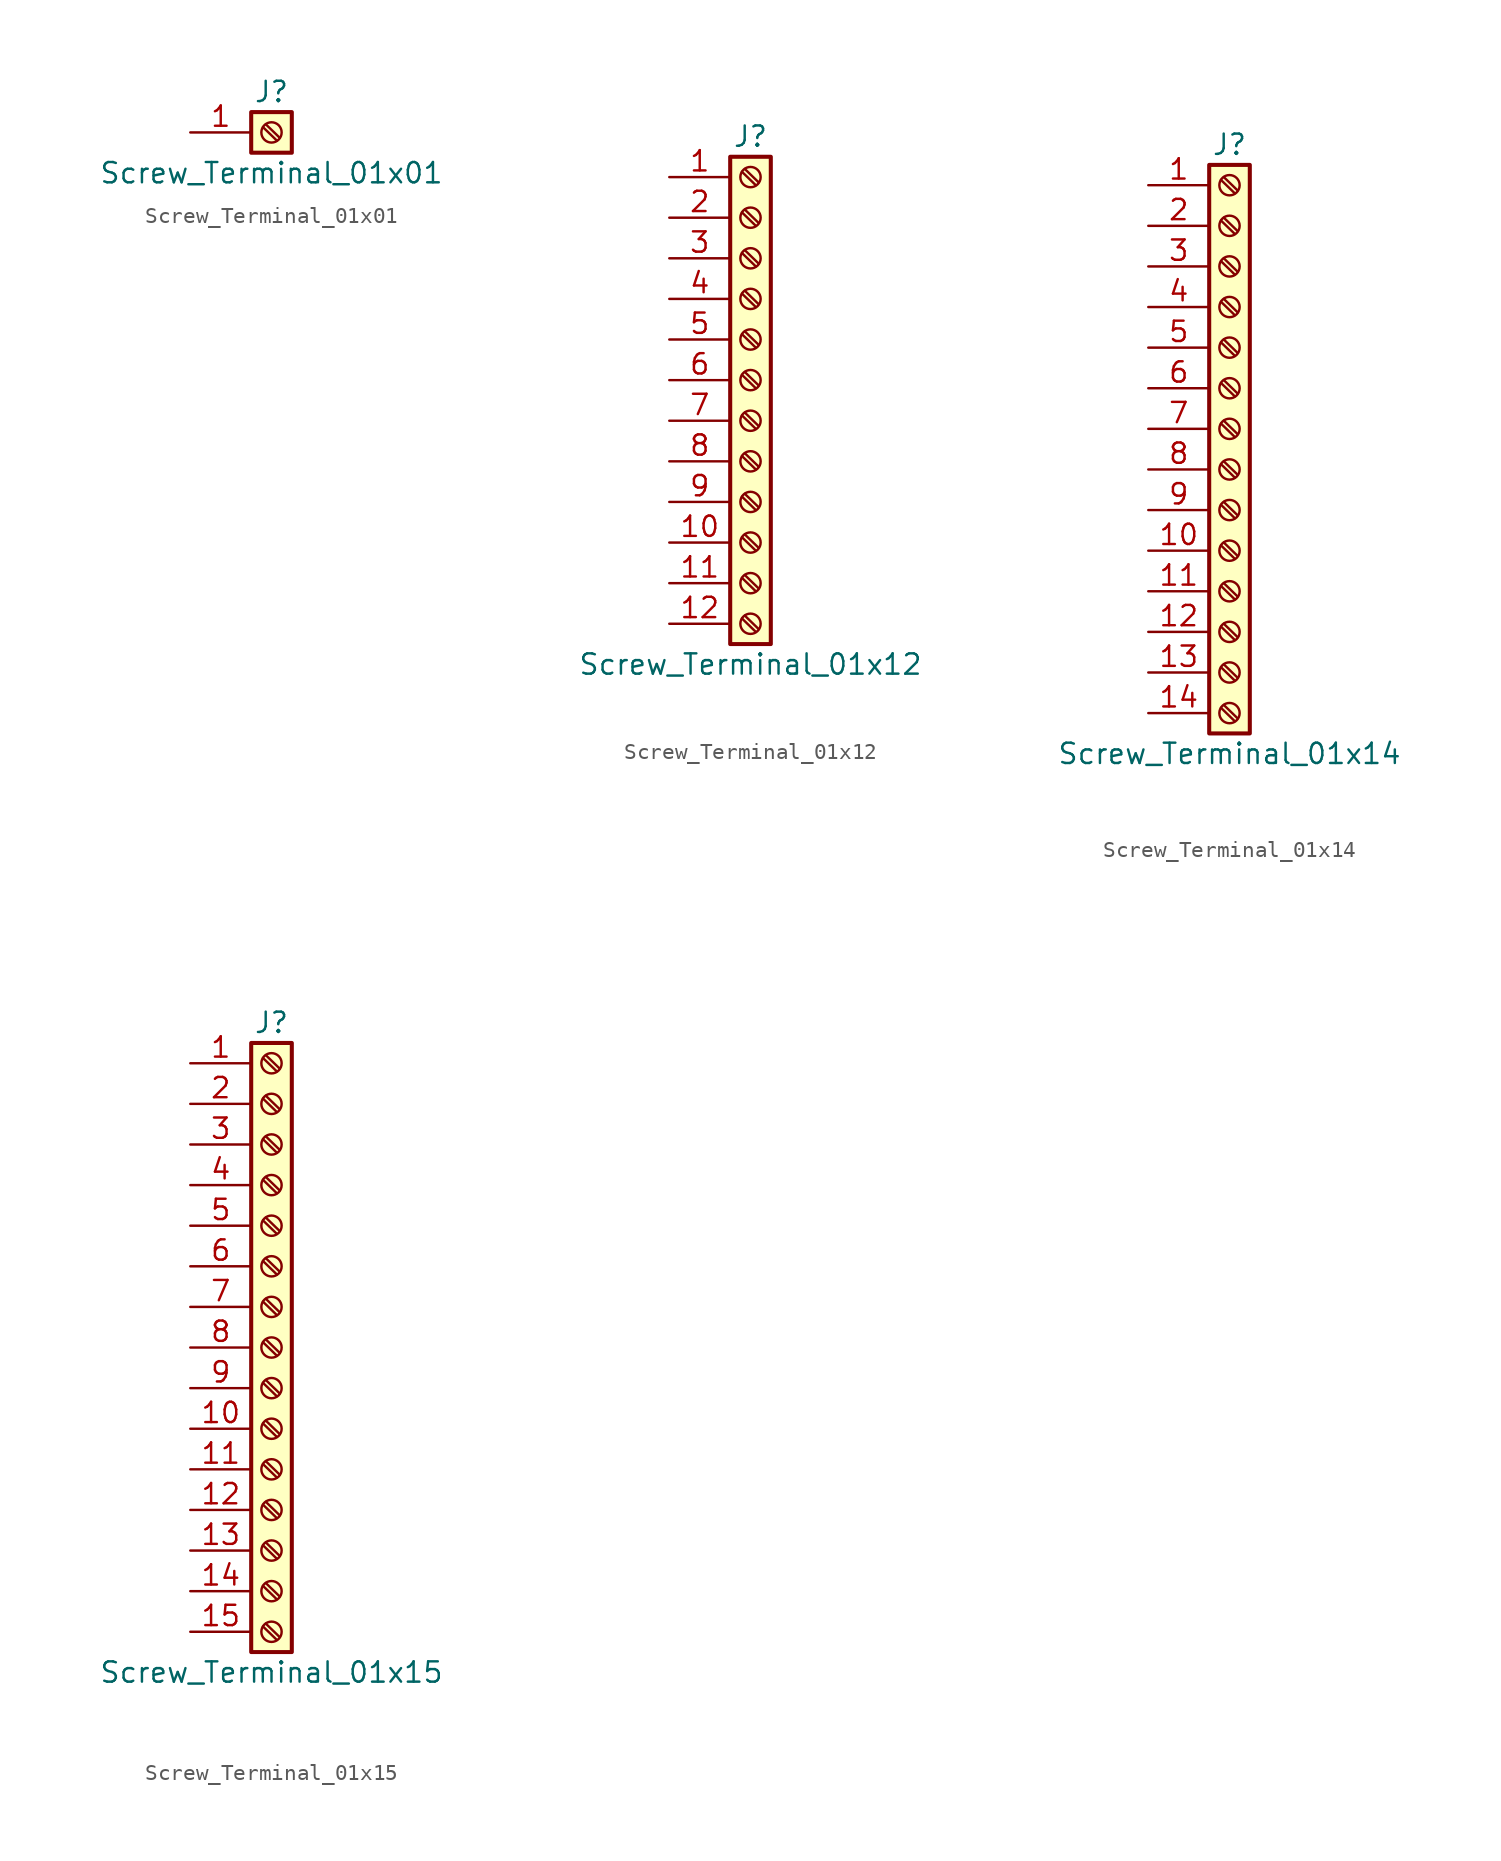
<source format=kicad_sym>
(kicad_symbol_lib
  (version 20220914)
  (generator kicad_symbol_editor)
  (symbol "Screw_Terminal_01x01"
    (pin_names
      (offset 1.016) hide)
    (property "Reference" "J"
      (at 0 2.54 0)
      (effects (font (size 1.27 1.27))))
    (property "Value" "Screw_Terminal_01x01"
      (at 0 -2.54 0)
      (effects (font (size 1.27 1.27))))
    (symbol "Screw_Terminal_01x01_1_1"
      (rectangle (start -1.27 1.27) (end 1.27 -1.27) (stroke (width 0.254) (type default)) (fill (type background)))
      (polyline (pts (xy -0.533 0.33) (xy 0.33 -0.508)) (stroke (width 0.152) (type default)) (fill (type none)))
      (polyline (pts (xy -0.356 0.508) (xy 0.508 -0.33)) (stroke (width 0.152) (type default)) (fill (type none)))
      (circle (center 0 0) (radius 0.635) (stroke (width 0.152) (type default)) (fill (type none)))
      (pin passive line (at -5.08 0 0) (length 3.81) (name "Pin_1" (effects (font (size 1.27 1.27)))) (number "1" (effects (font (size 1.27 1.27)))))))
  (symbol "Screw_Terminal_01x12"
    (pin_names
      (offset 1.016) hide)
    (property "Reference" "J"
      (at 0 15.24 0)
      (effects (font (size 1.27 1.27))))
    (property "Value" "Screw_Terminal_01x12"
      (at 0 -17.78 0)
      (effects (font (size 1.27 1.27))))
    (symbol "Screw_Terminal_01x12_1_1"
      (rectangle (start -1.27 13.97) (end 1.27 -16.51) (stroke (width 0.254) (type default)) (fill (type background)))
      (circle (center 0 -15.24) (radius 0.635) (stroke (width 0.152) (type default)) (fill (type none)))
      (circle (center 0 -12.7) (radius 0.635) (stroke (width 0.152) (type default)) (fill (type none)))
      (circle (center 0 -10.16) (radius 0.635) (stroke (width 0.152) (type default)) (fill (type none)))
      (circle (center 0 -7.62) (radius 0.635) (stroke (width 0.152) (type default)) (fill (type none)))
      (circle (center 0 -5.08) (radius 0.635) (stroke (width 0.152) (type default)) (fill (type none)))
      (circle (center 0 -2.54) (radius 0.635) (stroke (width 0.152) (type default)) (fill (type none)))
      (polyline (pts (xy -0.533 -14.91) (xy 0.33 -15.748)) (stroke (width 0.152) (type default)) (fill (type none)))
      (polyline (pts (xy -0.533 -12.37) (xy 0.33 -13.208)) (stroke (width 0.152) (type default)) (fill (type none)))
      (polyline (pts (xy -0.533 -9.83) (xy 0.33 -10.668)) (stroke (width 0.152) (type default)) (fill (type none)))
      (polyline (pts (xy -0.533 -7.29) (xy 0.33 -8.128)) (stroke (width 0.152) (type default)) (fill (type none)))
      (polyline (pts (xy -0.533 -4.75) (xy 0.33 -5.588)) (stroke (width 0.152) (type default)) (fill (type none)))
      (polyline (pts (xy -0.533 -2.21) (xy 0.33 -3.048)) (stroke (width 0.152) (type default)) (fill (type none)))
      (polyline (pts (xy -0.533 0.33) (xy 0.33 -0.508)) (stroke (width 0.152) (type default)) (fill (type none)))
      (polyline (pts (xy -0.533 2.87) (xy 0.33 2.032)) (stroke (width 0.152) (type default)) (fill (type none)))
      (polyline (pts (xy -0.533 5.41) (xy 0.33 4.572)) (stroke (width 0.152) (type default)) (fill (type none)))
      (polyline (pts (xy -0.533 7.95) (xy 0.33 7.112)) (stroke (width 0.152) (type default)) (fill (type none)))
      (polyline (pts (xy -0.533 10.49) (xy 0.33 9.652)) (stroke (width 0.152) (type default)) (fill (type none)))
      (polyline (pts (xy -0.533 13.03) (xy 0.33 12.192)) (stroke (width 0.152) (type default)) (fill (type none)))
      (polyline (pts (xy -0.356 -14.732) (xy 0.508 -15.57)) (stroke (width 0.152) (type default)) (fill (type none)))
      (polyline (pts (xy -0.356 -12.192) (xy 0.508 -13.03)) (stroke (width 0.152) (type default)) (fill (type none)))
      (polyline (pts (xy -0.356 -9.652) (xy 0.508 -10.49)) (stroke (width 0.152) (type default)) (fill (type none)))
      (polyline (pts (xy -0.356 -7.112) (xy 0.508 -7.95)) (stroke (width 0.152) (type default)) (fill (type none)))
      (polyline (pts (xy -0.356 -4.572) (xy 0.508 -5.41)) (stroke (width 0.152) (type default)) (fill (type none)))
      (polyline (pts (xy -0.356 -2.032) (xy 0.508 -2.87)) (stroke (width 0.152) (type default)) (fill (type none)))
      (polyline (pts (xy -0.356 0.508) (xy 0.508 -0.33)) (stroke (width 0.152) (type default)) (fill (type none)))
      (polyline (pts (xy -0.356 3.048) (xy 0.508 2.21)) (stroke (width 0.152) (type default)) (fill (type none)))
      (polyline (pts (xy -0.356 5.588) (xy 0.508 4.75)) (stroke (width 0.152) (type default)) (fill (type none)))
      (polyline (pts (xy -0.356 8.128) (xy 0.508 7.29)) (stroke (width 0.152) (type default)) (fill (type none)))
      (polyline (pts (xy -0.356 10.668) (xy 0.508 9.83)) (stroke (width 0.152) (type default)) (fill (type none)))
      (polyline (pts (xy -0.356 13.208) (xy 0.508 12.37)) (stroke (width 0.152) (type default)) (fill (type none)))
      (circle (center 0 0) (radius 0.635) (stroke (width 0.152) (type default)) (fill (type none)))
      (circle (center 0 2.54) (radius 0.635) (stroke (width 0.152) (type default)) (fill (type none)))
      (circle (center 0 5.08) (radius 0.635) (stroke (width 0.152) (type default)) (fill (type none)))
      (circle (center 0 7.62) (radius 0.635) (stroke (width 0.152) (type default)) (fill (type none)))
      (circle (center 0 10.16) (radius 0.635) (stroke (width 0.152) (type default)) (fill (type none)))
      (circle (center 0 12.7) (radius 0.635) (stroke (width 0.152) (type default)) (fill (type none)))
      (pin passive line (at -5.08 12.7 0) (length 3.81) (name "Pin_1" (effects (font (size 1.27 1.27)))) (number "1" (effects (font (size 1.27 1.27)))))
      (pin passive line (at -5.08 -10.16 0) (length 3.81) (name "Pin_10" (effects (font (size 1.27 1.27)))) (number "10" (effects (font (size 1.27 1.27)))))
      (pin passive line (at -5.08 -12.7 0) (length 3.81) (name "Pin_11" (effects (font (size 1.27 1.27)))) (number "11" (effects (font (size 1.27 1.27)))))
      (pin passive line (at -5.08 -15.24 0) (length 3.81) (name "Pin_12" (effects (font (size 1.27 1.27)))) (number "12" (effects (font (size 1.27 1.27)))))
      (pin passive line (at -5.08 10.16 0) (length 3.81) (name "Pin_2" (effects (font (size 1.27 1.27)))) (number "2" (effects (font (size 1.27 1.27)))))
      (pin passive line (at -5.08 7.62 0) (length 3.81) (name "Pin_3" (effects (font (size 1.27 1.27)))) (number "3" (effects (font (size 1.27 1.27)))))
      (pin passive line (at -5.08 5.08 0) (length 3.81) (name "Pin_4" (effects (font (size 1.27 1.27)))) (number "4" (effects (font (size 1.27 1.27)))))
      (pin passive line (at -5.08 2.54 0) (length 3.81) (name "Pin_5" (effects (font (size 1.27 1.27)))) (number "5" (effects (font (size 1.27 1.27)))))
      (pin passive line (at -5.08 0 0) (length 3.81) (name "Pin_6" (effects (font (size 1.27 1.27)))) (number "6" (effects (font (size 1.27 1.27)))))
      (pin passive line (at -5.08 -2.54 0) (length 3.81) (name "Pin_7" (effects (font (size 1.27 1.27)))) (number "7" (effects (font (size 1.27 1.27)))))
      (pin passive line (at -5.08 -5.08 0) (length 3.81) (name "Pin_8" (effects (font (size 1.27 1.27)))) (number "8" (effects (font (size 1.27 1.27)))))
      (pin passive line (at -5.08 -7.62 0) (length 3.81) (name "Pin_9" (effects (font (size 1.27 1.27)))) (number "9" (effects (font (size 1.27 1.27)))))))
  (symbol "Screw_Terminal_01x14"
    (pin_names
      (offset 1.016) hide)
    (property "Reference" "J"
      (at 0 17.78 0)
      (effects (font (size 1.27 1.27))))
    (property "Value" "Screw_Terminal_01x14"
      (at 0 -20.32 0)
      (effects (font (size 1.27 1.27))))
    (symbol "Screw_Terminal_01x14_1_1"
      (rectangle (start -1.27 16.51) (end 1.27 -19.05) (stroke (width 0.254) (type default)) (fill (type background)))
      (circle (center 0 -17.78) (radius 0.635) (stroke (width 0.152) (type default)) (fill (type none)))
      (circle (center 0 -15.24) (radius 0.635) (stroke (width 0.152) (type default)) (fill (type none)))
      (circle (center 0 -12.7) (radius 0.635) (stroke (width 0.152) (type default)) (fill (type none)))
      (circle (center 0 -10.16) (radius 0.635) (stroke (width 0.152) (type default)) (fill (type none)))
      (circle (center 0 -7.62) (radius 0.635) (stroke (width 0.152) (type default)) (fill (type none)))
      (circle (center 0 -5.08) (radius 0.635) (stroke (width 0.152) (type default)) (fill (type none)))
      (circle (center 0 -2.54) (radius 0.635) (stroke (width 0.152) (type default)) (fill (type none)))
      (polyline (pts (xy -0.533 -17.45) (xy 0.33 -18.288)) (stroke (width 0.152) (type default)) (fill (type none)))
      (polyline (pts (xy -0.533 -14.91) (xy 0.33 -15.748)) (stroke (width 0.152) (type default)) (fill (type none)))
      (polyline (pts (xy -0.533 -12.37) (xy 0.33 -13.208)) (stroke (width 0.152) (type default)) (fill (type none)))
      (polyline (pts (xy -0.533 -9.83) (xy 0.33 -10.668)) (stroke (width 0.152) (type default)) (fill (type none)))
      (polyline (pts (xy -0.533 -7.29) (xy 0.33 -8.128)) (stroke (width 0.152) (type default)) (fill (type none)))
      (polyline (pts (xy -0.533 -4.75) (xy 0.33 -5.588)) (stroke (width 0.152) (type default)) (fill (type none)))
      (polyline (pts (xy -0.533 -2.21) (xy 0.33 -3.048)) (stroke (width 0.152) (type default)) (fill (type none)))
      (polyline (pts (xy -0.533 0.33) (xy 0.33 -0.508)) (stroke (width 0.152) (type default)) (fill (type none)))
      (polyline (pts (xy -0.533 2.87) (xy 0.33 2.032)) (stroke (width 0.152) (type default)) (fill (type none)))
      (polyline (pts (xy -0.533 5.41) (xy 0.33 4.572)) (stroke (width 0.152) (type default)) (fill (type none)))
      (polyline (pts (xy -0.533 7.95) (xy 0.33 7.112)) (stroke (width 0.152) (type default)) (fill (type none)))
      (polyline (pts (xy -0.533 10.49) (xy 0.33 9.652)) (stroke (width 0.152) (type default)) (fill (type none)))
      (polyline (pts (xy -0.533 13.03) (xy 0.33 12.192)) (stroke (width 0.152) (type default)) (fill (type none)))
      (polyline (pts (xy -0.533 15.57) (xy 0.33 14.732)) (stroke (width 0.152) (type default)) (fill (type none)))
      (polyline (pts (xy -0.356 -17.272) (xy 0.508 -18.11)) (stroke (width 0.152) (type default)) (fill (type none)))
      (polyline (pts (xy -0.356 -14.732) (xy 0.508 -15.57)) (stroke (width 0.152) (type default)) (fill (type none)))
      (polyline (pts (xy -0.356 -12.192) (xy 0.508 -13.03)) (stroke (width 0.152) (type default)) (fill (type none)))
      (polyline (pts (xy -0.356 -9.652) (xy 0.508 -10.49)) (stroke (width 0.152) (type default)) (fill (type none)))
      (polyline (pts (xy -0.356 -7.112) (xy 0.508 -7.95)) (stroke (width 0.152) (type default)) (fill (type none)))
      (polyline (pts (xy -0.356 -4.572) (xy 0.508 -5.41)) (stroke (width 0.152) (type default)) (fill (type none)))
      (polyline (pts (xy -0.356 -2.032) (xy 0.508 -2.87)) (stroke (width 0.152) (type default)) (fill (type none)))
      (polyline (pts (xy -0.356 0.508) (xy 0.508 -0.33)) (stroke (width 0.152) (type default)) (fill (type none)))
      (polyline (pts (xy -0.356 3.048) (xy 0.508 2.21)) (stroke (width 0.152) (type default)) (fill (type none)))
      (polyline (pts (xy -0.356 5.588) (xy 0.508 4.75)) (stroke (width 0.152) (type default)) (fill (type none)))
      (polyline (pts (xy -0.356 8.128) (xy 0.508 7.29)) (stroke (width 0.152) (type default)) (fill (type none)))
      (polyline (pts (xy -0.356 10.668) (xy 0.508 9.83)) (stroke (width 0.152) (type default)) (fill (type none)))
      (polyline (pts (xy -0.356 13.208) (xy 0.508 12.37)) (stroke (width 0.152) (type default)) (fill (type none)))
      (polyline (pts (xy -0.356 15.748) (xy 0.508 14.91)) (stroke (width 0.152) (type default)) (fill (type none)))
      (circle (center 0 0) (radius 0.635) (stroke (width 0.152) (type default)) (fill (type none)))
      (circle (center 0 2.54) (radius 0.635) (stroke (width 0.152) (type default)) (fill (type none)))
      (circle (center 0 5.08) (radius 0.635) (stroke (width 0.152) (type default)) (fill (type none)))
      (circle (center 0 7.62) (radius 0.635) (stroke (width 0.152) (type default)) (fill (type none)))
      (circle (center 0 10.16) (radius 0.635) (stroke (width 0.152) (type default)) (fill (type none)))
      (circle (center 0 12.7) (radius 0.635) (stroke (width 0.152) (type default)) (fill (type none)))
      (circle (center 0 15.24) (radius 0.635) (stroke (width 0.152) (type default)) (fill (type none)))
      (pin passive line (at -5.08 15.24 0) (length 3.81) (name "Pin_1" (effects (font (size 1.27 1.27)))) (number "1" (effects (font (size 1.27 1.27)))))
      (pin passive line (at -5.08 -7.62 0) (length 3.81) (name "Pin_10" (effects (font (size 1.27 1.27)))) (number "10" (effects (font (size 1.27 1.27)))))
      (pin passive line (at -5.08 -10.16 0) (length 3.81) (name "Pin_11" (effects (font (size 1.27 1.27)))) (number "11" (effects (font (size 1.27 1.27)))))
      (pin passive line (at -5.08 -12.7 0) (length 3.81) (name "Pin_12" (effects (font (size 1.27 1.27)))) (number "12" (effects (font (size 1.27 1.27)))))
      (pin passive line (at -5.08 -15.24 0) (length 3.81) (name "Pin_13" (effects (font (size 1.27 1.27)))) (number "13" (effects (font (size 1.27 1.27)))))
      (pin passive line (at -5.08 -17.78 0) (length 3.81) (name "Pin_14" (effects (font (size 1.27 1.27)))) (number "14" (effects (font (size 1.27 1.27)))))
      (pin passive line (at -5.08 12.7 0) (length 3.81) (name "Pin_2" (effects (font (size 1.27 1.27)))) (number "2" (effects (font (size 1.27 1.27)))))
      (pin passive line (at -5.08 10.16 0) (length 3.81) (name "Pin_3" (effects (font (size 1.27 1.27)))) (number "3" (effects (font (size 1.27 1.27)))))
      (pin passive line (at -5.08 7.62 0) (length 3.81) (name "Pin_4" (effects (font (size 1.27 1.27)))) (number "4" (effects (font (size 1.27 1.27)))))
      (pin passive line (at -5.08 5.08 0) (length 3.81) (name "Pin_5" (effects (font (size 1.27 1.27)))) (number "5" (effects (font (size 1.27 1.27)))))
      (pin passive line (at -5.08 2.54 0) (length 3.81) (name "Pin_6" (effects (font (size 1.27 1.27)))) (number "6" (effects (font (size 1.27 1.27)))))
      (pin passive line (at -5.08 0 0) (length 3.81) (name "Pin_7" (effects (font (size 1.27 1.27)))) (number "7" (effects (font (size 1.27 1.27)))))
      (pin passive line (at -5.08 -2.54 0) (length 3.81) (name "Pin_8" (effects (font (size 1.27 1.27)))) (number "8" (effects (font (size 1.27 1.27)))))
      (pin passive line (at -5.08 -5.08 0) (length 3.81) (name "Pin_9" (effects (font (size 1.27 1.27)))) (number "9" (effects (font (size 1.27 1.27)))))))
  (symbol "Screw_Terminal_01x15"
    (pin_names
      (offset 1.016) hide)
    (property "Reference" "J"
      (at 0 20.32 0)
      (effects (font (size 1.27 1.27))))
    (property "Value" "Screw_Terminal_01x15"
      (at 0 -20.32 0)
      (effects (font (size 1.27 1.27))))
    (symbol "Screw_Terminal_01x15_1_1"
      (rectangle (start -1.27 19.05) (end 1.27 -19.05) (stroke (width 0.254) (type default)) (fill (type background)))
      (circle (center 0 -17.78) (radius 0.635) (stroke (width 0.152) (type default)) (fill (type none)))
      (circle (center 0 -15.24) (radius 0.635) (stroke (width 0.152) (type default)) (fill (type none)))
      (circle (center 0 -12.7) (radius 0.635) (stroke (width 0.152) (type default)) (fill (type none)))
      (circle (center 0 -10.16) (radius 0.635) (stroke (width 0.152) (type default)) (fill (type none)))
      (circle (center 0 -7.62) (radius 0.635) (stroke (width 0.152) (type default)) (fill (type none)))
      (circle (center 0 -5.08) (radius 0.635) (stroke (width 0.152) (type default)) (fill (type none)))
      (circle (center 0 -2.54) (radius 0.635) (stroke (width 0.152) (type default)) (fill (type none)))
      (polyline (pts (xy -0.533 -17.45) (xy 0.33 -18.288)) (stroke (width 0.152) (type default)) (fill (type none)))
      (polyline (pts (xy -0.533 -14.91) (xy 0.33 -15.748)) (stroke (width 0.152) (type default)) (fill (type none)))
      (polyline (pts (xy -0.533 -12.37) (xy 0.33 -13.208)) (stroke (width 0.152) (type default)) (fill (type none)))
      (polyline (pts (xy -0.533 -9.83) (xy 0.33 -10.668)) (stroke (width 0.152) (type default)) (fill (type none)))
      (polyline (pts (xy -0.533 -7.29) (xy 0.33 -8.128)) (stroke (width 0.152) (type default)) (fill (type none)))
      (polyline (pts (xy -0.533 -4.75) (xy 0.33 -5.588)) (stroke (width 0.152) (type default)) (fill (type none)))
      (polyline (pts (xy -0.533 -2.21) (xy 0.33 -3.048)) (stroke (width 0.152) (type default)) (fill (type none)))
      (polyline (pts (xy -0.533 0.33) (xy 0.33 -0.508)) (stroke (width 0.152) (type default)) (fill (type none)))
      (polyline (pts (xy -0.533 2.87) (xy 0.33 2.032)) (stroke (width 0.152) (type default)) (fill (type none)))
      (polyline (pts (xy -0.533 5.41) (xy 0.33 4.572)) (stroke (width 0.152) (type default)) (fill (type none)))
      (polyline (pts (xy -0.533 7.95) (xy 0.33 7.112)) (stroke (width 0.152) (type default)) (fill (type none)))
      (polyline (pts (xy -0.533 10.49) (xy 0.33 9.652)) (stroke (width 0.152) (type default)) (fill (type none)))
      (polyline (pts (xy -0.533 13.03) (xy 0.33 12.192)) (stroke (width 0.152) (type default)) (fill (type none)))
      (polyline (pts (xy -0.533 15.57) (xy 0.33 14.732)) (stroke (width 0.152) (type default)) (fill (type none)))
      (polyline (pts (xy -0.533 18.11) (xy 0.33 17.272)) (stroke (width 0.152) (type default)) (fill (type none)))
      (polyline (pts (xy -0.356 -17.272) (xy 0.508 -18.11)) (stroke (width 0.152) (type default)) (fill (type none)))
      (polyline (pts (xy -0.356 -14.732) (xy 0.508 -15.57)) (stroke (width 0.152) (type default)) (fill (type none)))
      (polyline (pts (xy -0.356 -12.192) (xy 0.508 -13.03)) (stroke (width 0.152) (type default)) (fill (type none)))
      (polyline (pts (xy -0.356 -9.652) (xy 0.508 -10.49)) (stroke (width 0.152) (type default)) (fill (type none)))
      (polyline (pts (xy -0.356 -7.112) (xy 0.508 -7.95)) (stroke (width 0.152) (type default)) (fill (type none)))
      (polyline (pts (xy -0.356 -4.572) (xy 0.508 -5.41)) (stroke (width 0.152) (type default)) (fill (type none)))
      (polyline (pts (xy -0.356 -2.032) (xy 0.508 -2.87)) (stroke (width 0.152) (type default)) (fill (type none)))
      (polyline (pts (xy -0.356 0.508) (xy 0.508 -0.33)) (stroke (width 0.152) (type default)) (fill (type none)))
      (polyline (pts (xy -0.356 3.048) (xy 0.508 2.21)) (stroke (width 0.152) (type default)) (fill (type none)))
      (polyline (pts (xy -0.356 5.588) (xy 0.508 4.75)) (stroke (width 0.152) (type default)) (fill (type none)))
      (polyline (pts (xy -0.356 8.128) (xy 0.508 7.29)) (stroke (width 0.152) (type default)) (fill (type none)))
      (polyline (pts (xy -0.356 10.668) (xy 0.508 9.83)) (stroke (width 0.152) (type default)) (fill (type none)))
      (polyline (pts (xy -0.356 13.208) (xy 0.508 12.37)) (stroke (width 0.152) (type default)) (fill (type none)))
      (polyline (pts (xy -0.356 15.748) (xy 0.508 14.91)) (stroke (width 0.152) (type default)) (fill (type none)))
      (polyline (pts (xy -0.356 18.288) (xy 0.508 17.45)) (stroke (width 0.152) (type default)) (fill (type none)))
      (circle (center 0 0) (radius 0.635) (stroke (width 0.152) (type default)) (fill (type none)))
      (circle (center 0 2.54) (radius 0.635) (stroke (width 0.152) (type default)) (fill (type none)))
      (circle (center 0 5.08) (radius 0.635) (stroke (width 0.152) (type default)) (fill (type none)))
      (circle (center 0 7.62) (radius 0.635) (stroke (width 0.152) (type default)) (fill (type none)))
      (circle (center 0 10.16) (radius 0.635) (stroke (width 0.152) (type default)) (fill (type none)))
      (circle (center 0 12.7) (radius 0.635) (stroke (width 0.152) (type default)) (fill (type none)))
      (circle (center 0 15.24) (radius 0.635) (stroke (width 0.152) (type default)) (fill (type none)))
      (circle (center 0 17.78) (radius 0.635) (stroke (width 0.152) (type default)) (fill (type none)))
      (pin passive line (at -5.08 17.78 0) (length 3.81) (name "Pin_1" (effects (font (size 1.27 1.27)))) (number "1" (effects (font (size 1.27 1.27)))))
      (pin passive line (at -5.08 -5.08 0) (length 3.81) (name "Pin_10" (effects (font (size 1.27 1.27)))) (number "10" (effects (font (size 1.27 1.27)))))
      (pin passive line (at -5.08 -7.62 0) (length 3.81) (name "Pin_11" (effects (font (size 1.27 1.27)))) (number "11" (effects (font (size 1.27 1.27)))))
      (pin passive line (at -5.08 -10.16 0) (length 3.81) (name "Pin_12" (effects (font (size 1.27 1.27)))) (number "12" (effects (font (size 1.27 1.27)))))
      (pin passive line (at -5.08 -12.7 0) (length 3.81) (name "Pin_13" (effects (font (size 1.27 1.27)))) (number "13" (effects (font (size 1.27 1.27)))))
      (pin passive line (at -5.08 -15.24 0) (length 3.81) (name "Pin_14" (effects (font (size 1.27 1.27)))) (number "14" (effects (font (size 1.27 1.27)))))
      (pin passive line (at -5.08 -17.78 0) (length 3.81) (name "Pin_15" (effects (font (size 1.27 1.27)))) (number "15" (effects (font (size 1.27 1.27)))))
      (pin passive line (at -5.08 15.24 0) (length 3.81) (name "Pin_2" (effects (font (size 1.27 1.27)))) (number "2" (effects (font (size 1.27 1.27)))))
      (pin passive line (at -5.08 12.7 0) (length 3.81) (name "Pin_3" (effects (font (size 1.27 1.27)))) (number "3" (effects (font (size 1.27 1.27)))))
      (pin passive line (at -5.08 10.16 0) (length 3.81) (name "Pin_4" (effects (font (size 1.27 1.27)))) (number "4" (effects (font (size 1.27 1.27)))))
      (pin passive line (at -5.08 7.62 0) (length 3.81) (name "Pin_5" (effects (font (size 1.27 1.27)))) (number "5" (effects (font (size 1.27 1.27)))))
      (pin passive line (at -5.08 5.08 0) (length 3.81) (name "Pin_6" (effects (font (size 1.27 1.27)))) (number "6" (effects (font (size 1.27 1.27)))))
      (pin passive line (at -5.08 2.54 0) (length 3.81) (name "Pin_7" (effects (font (size 1.27 1.27)))) (number "7" (effects (font (size 1.27 1.27)))))
      (pin passive line (at -5.08 0 0) (length 3.81) (name "Pin_8" (effects (font (size 1.27 1.27)))) (number "8" (effects (font (size 1.27 1.27)))))
      (pin passive line (at -5.08 -2.54 0) (length 3.81) (name "Pin_9" (effects (font (size 1.27 1.27)))) (number "9" (effects (font (size 1.27 1.27))))))))
</source>
